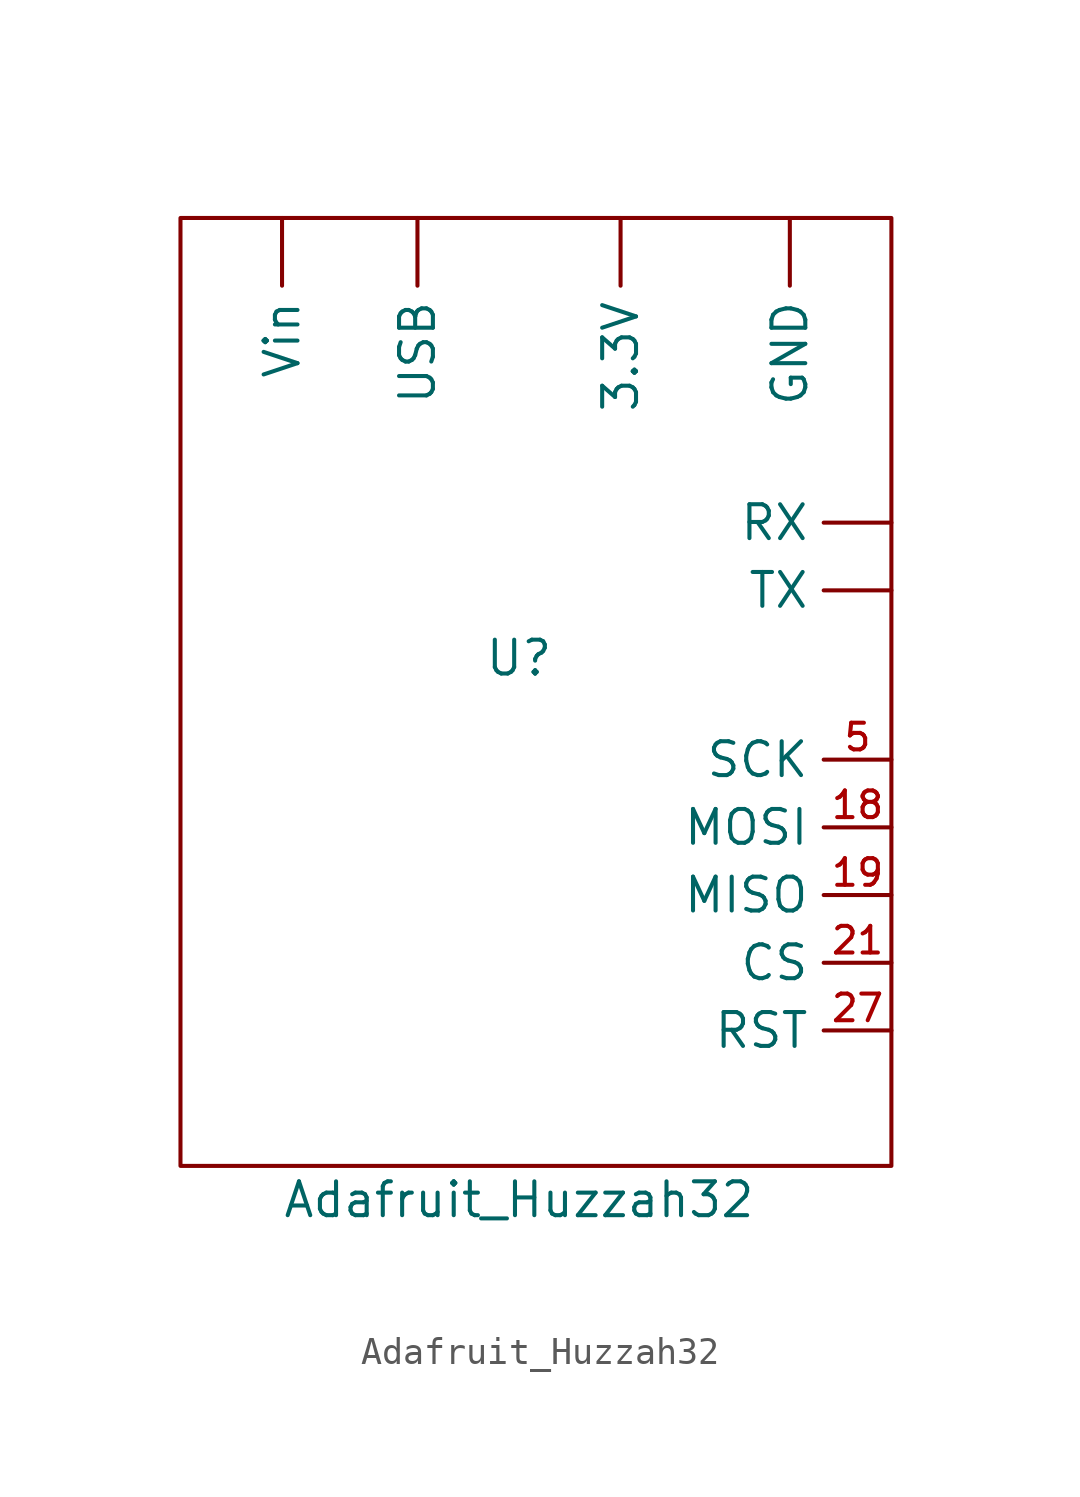
<source format=kicad_sym>
(kicad_symbol_lib
  (version 20220126)
  (generator kicad_symbol_editor)
  (symbol "Adafruit_Huzzah32"
    (property "Reference" "U"
      (at 0 0 0)
      (effects (font (size 1.27 1.27))))
    (property "Value" "Adafruit_Huzzah32"
      (at 0 -20.32 0)
      (effects (font (size 1.27 1.27))))
    (symbol "Adafruit_Huzzah32_0_1"
      (rectangle (start -12.7 16.51) (end 13.97 -19.05) (stroke (width 0.152) (type default)) (fill (type none))))
    (symbol "Adafruit_Huzzah32_1_1"
      (pin power_out line (at 3.81 16.51 270) (length 2.54) (name "3.3V" (effects (font (size 1.27 1.27)))) (number "" (effects (font (size 1.27 1.27)))))
      (pin power_in line (at 10.16 16.51 270) (length 2.54) (name "GND" (effects (font (size 1.27 1.27)))) (number "" (effects (font (size 1.27 1.27)))))
      (pin input line (at 13.97 5.08 180) (length 2.54) (name "RX" (effects (font (size 1.27 1.27)))) (number "" (effects (font (size 1.27 1.27)))))
      (pin output line (at 13.97 2.54 180) (length 2.54) (name "TX" (effects (font (size 1.27 1.27)))) (number "" (effects (font (size 1.27 1.27)))))
      (pin power_out line (at -3.81 16.51 270) (length 2.54) (name "USB" (effects (font (size 1.27 1.27)))) (number "" (effects (font (size 1.27 1.27)))))
      (pin power_in line (at -8.89 16.51 270) (length 2.54) (name "Vin" (effects (font (size 1.27 1.27)))) (number "" (effects (font (size 1.27 1.27)))))
      (pin output line (at 13.97 -6.35 180) (length 2.54) (name "MOSI" (effects (font (size 1.27 1.27)))) (number "18" (effects (font (size 1 1)))))
      (pin input line (at 13.97 -8.89 180) (length 2.54) (name "MISO" (effects (font (size 1.27 1.27)))) (number "19" (effects (font (size 1 1)))))
      (pin output line (at 13.97 -11.43 180) (length 2.54) (name "CS" (effects (font (size 1.27 1.27)))) (number "21" (effects (font (size 1 1)))))
      (pin output line (at 13.97 -13.97 180) (length 2.54) (name "RST" (effects (font (size 1.27 1.27)))) (number "27" (effects (font (size 1 1)))))
      (pin output line (at 13.97 -3.81 180) (length 2.54) (name "SCK" (effects (font (size 1.27 1.27)))) (number "5" (effects (font (size 1 1))))))))
</source>
